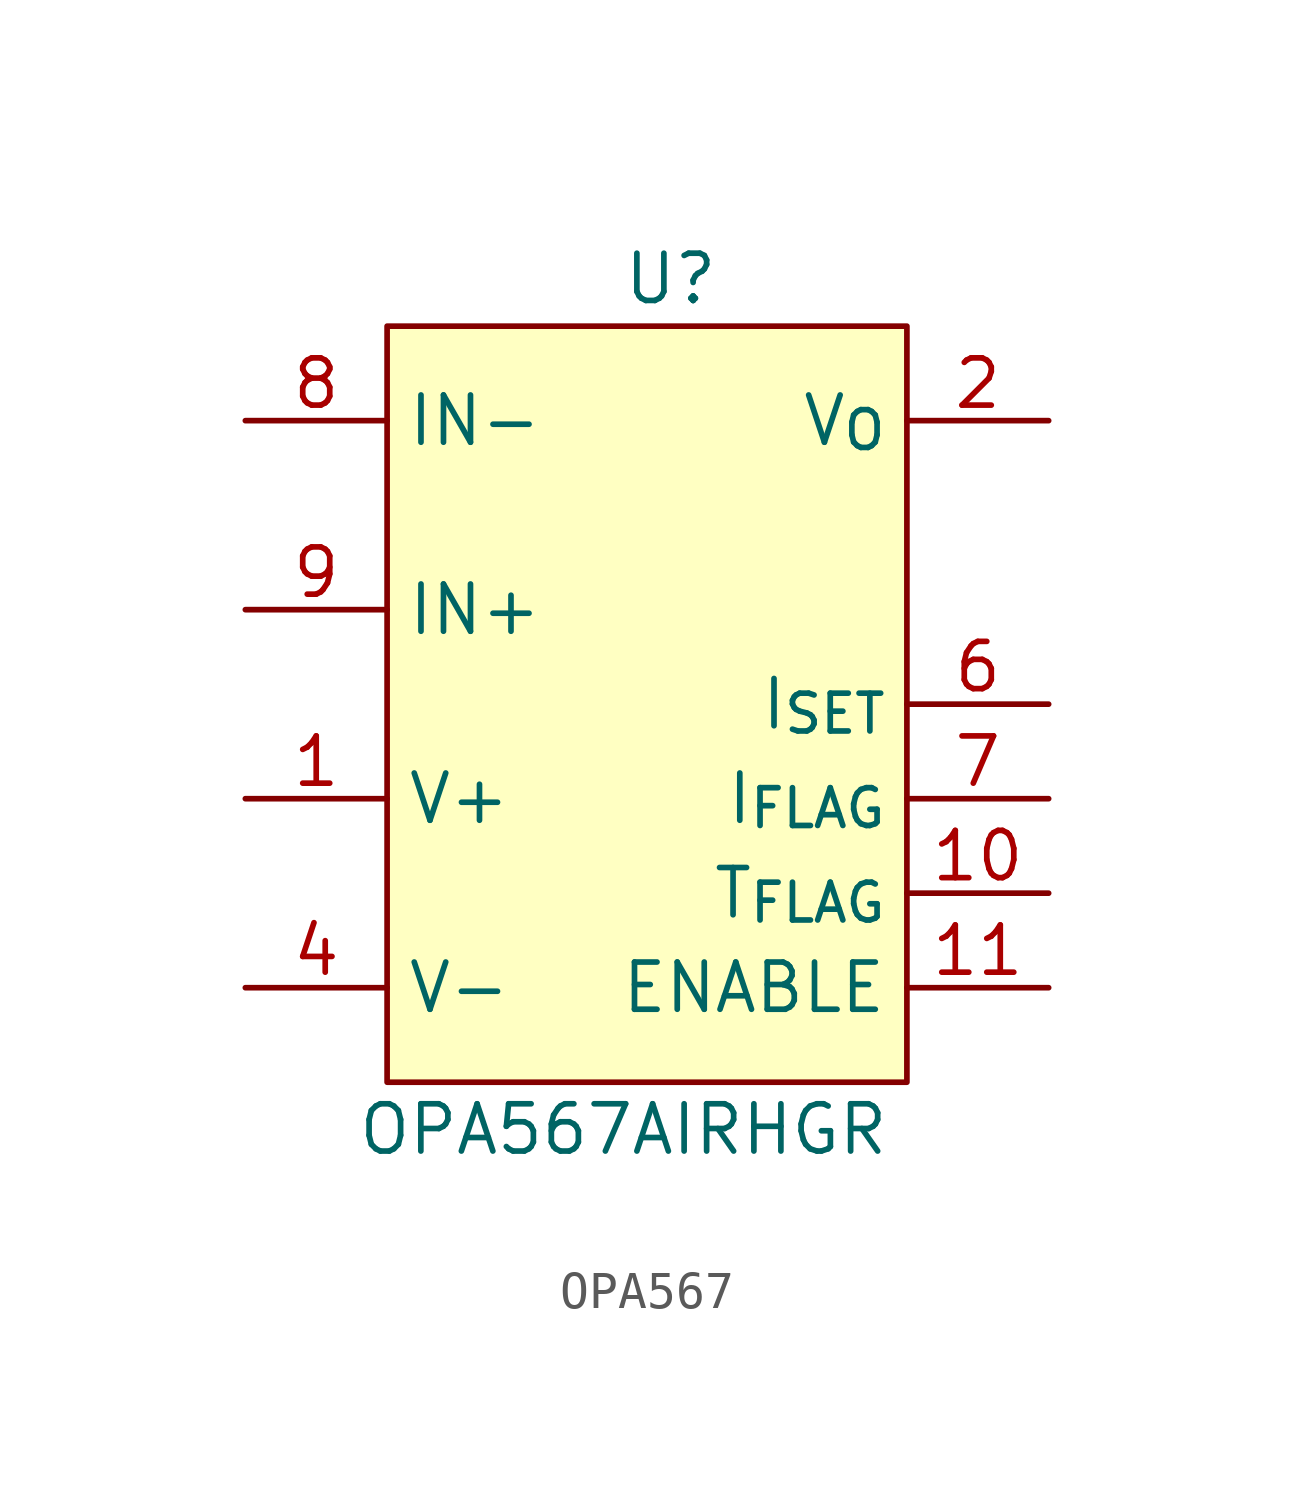
<source format=kicad_sym>
(kicad_symbol_lib
  (version 20220914)
  (generator kicad_symbol_editor)
  (symbol "OPA567"
    (property "Reference" "U"
      (at 7.62 1.27 0)
      (effects (font (size 1.27 1.27))))
    (property "Value" "OPA567AIRHGR"
      (at 6.35 -21.59 0)
      (effects (font (size 1.27 1.27))))
    (symbol "OPA567_1_1"
      (rectangle (start 0 0) (end 13.97 -20.32) (stroke (width 0) (type default)) (fill (type background)))
      (pin power_in line (at -3.81 -12.7 0) (length 3.81) (name "V+" (effects (font (size 1.27 1.27)))) (number "1" (effects (font (size 1.27 1.27)))))
      (pin passive line (at 17.78 -15.24 180) (length 3.81) (name "T_{FLAG}" (effects (font (size 1.27 1.27)))) (number "10" (effects (font (size 1.27 1.27)))))
      (pin passive line (at 17.78 -17.78 180) (length 3.81) (name "ENABLE" (effects (font (size 1.27 1.27)))) (number "11" (effects (font (size 1.27 1.27)))))
      (pin passive line (at -3.81 -12.7 0) (length 3.81) hide (name "V+" (effects (font (size 1.27 1.27)))) (number "12" (effects (font (size 1.27 1.27)))))
      (pin passive line (at -3.81 -17.78 0) (length 3.81) hide (name "V-" (effects (font (size 1.27 1.27)))) (number "13" (effects (font (size 1.27 1.27)))))
      (pin output line (at 17.78 -2.54 180) (length 3.81) (name "V_{O}" (effects (font (size 1.27 1.27)))) (number "2" (effects (font (size 1.27 1.27)))))
      (pin passive line (at 17.78 -2.54 180) (length 3.81) hide (name "V_{O}" (effects (font (size 1.27 1.27)))) (number "3" (effects (font (size 1.27 1.27)))))
      (pin power_in line (at -3.81 -17.78 0) (length 3.81) (name "V-" (effects (font (size 1.27 1.27)))) (number "4" (effects (font (size 1.27 1.27)))))
      (pin passive line (at -3.81 -17.78 0) (length 3.81) hide (name "V-" (effects (font (size 1.27 1.27)))) (number "5" (effects (font (size 1.27 1.27)))))
      (pin passive line (at 17.78 -10.16 180) (length 3.81) (name "I_{SET}" (effects (font (size 1.27 1.27)))) (number "6" (effects (font (size 1.27 1.27)))))
      (pin passive line (at 17.78 -12.7 180) (length 3.81) (name "I_{FLAG}" (effects (font (size 1.27 1.27)))) (number "7" (effects (font (size 1.27 1.27)))))
      (pin passive line (at -3.81 -2.54 0) (length 3.81) (name "IN-" (effects (font (size 1.27 1.27)))) (number "8" (effects (font (size 1.27 1.27)))))
      (pin passive line (at -3.81 -7.62 0) (length 3.81) (name "IN+" (effects (font (size 1.27 1.27)))) (number "9" (effects (font (size 1.27 1.27))))))))
</source>
